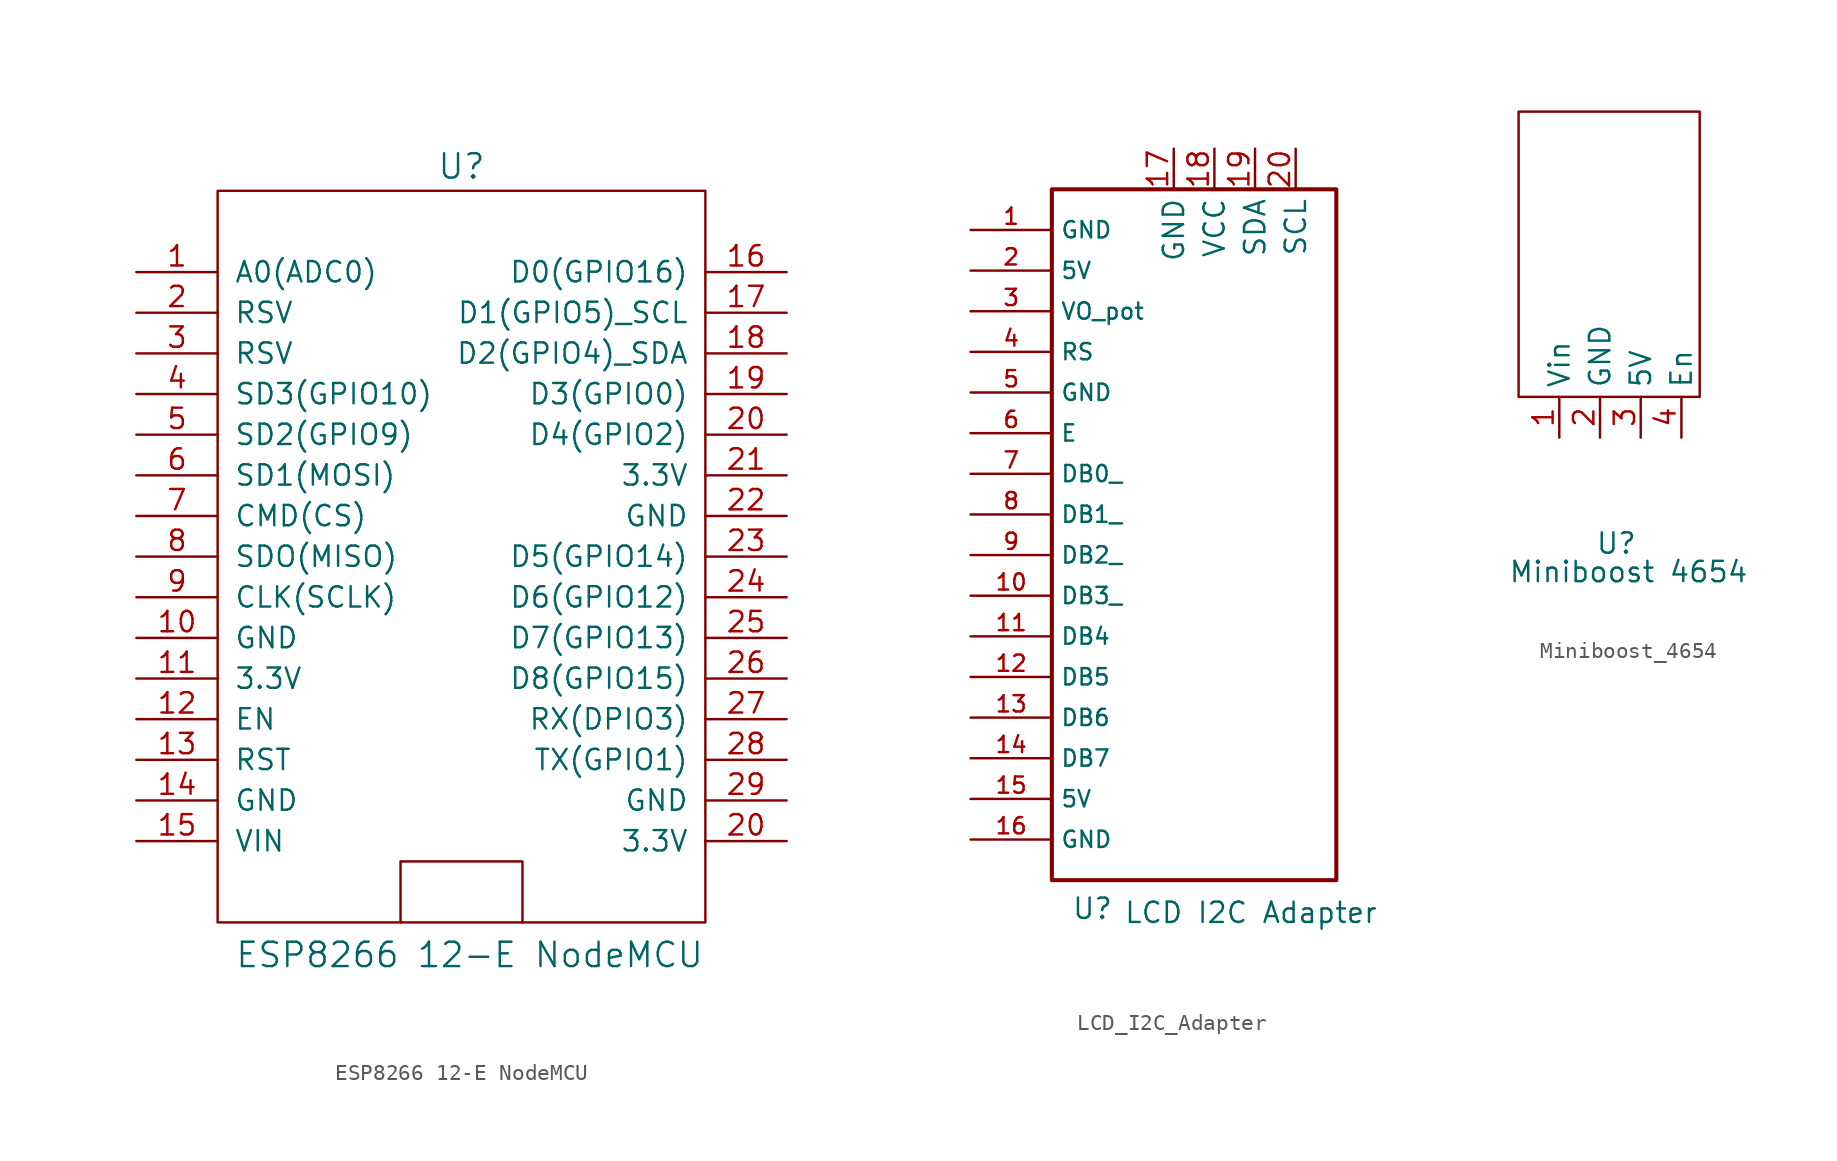
<source format=kicad_sym>
(kicad_symbol_lib
  (version 20241209)
  (generator "kicad_symbol_editor")
  (generator_version "9.0")
  (symbol "ESP8266 12-E NodeMCU"
    (pin_names
      (offset 1.016))
    (property "Reference" "U"
      (at 0 24.384 0)
      (effects (font (size 1.524 1.524))))
    (property "Value" "ESP8266 12-E NodeMCU"
      (at 0.508 -24.892 0)
      (effects (font (size 1.524 1.524))))
    (symbol "ESP8266 12-E NodeMCU_0_1"
      (rectangle (start -15.24 22.86) (end 15.24 -22.86) (stroke (width 0) (type solid)) (fill (type none)))
      (polyline (pts (xy -3.81 -22.86) (xy -3.81 -19.05) (xy 3.81 -19.05) (xy 3.81 -22.86)) (stroke (width 0) (type default)) (fill (type none))))
    (symbol "ESP8266 12-E NodeMCU_1_1"
      (pin input line (at -20.32 17.78 0) (length 5.08) (name "A0(ADC0)" (effects (font (size 1.27 1.27)))) (number "1" (effects (font (size 1.27 1.27)))))
      (pin input line (at -20.32 15.24 0) (length 5.08) (name "RSV" (effects (font (size 1.27 1.27)))) (number "2" (effects (font (size 1.27 1.27)))))
      (pin input line (at -20.32 12.7 0) (length 5.08) (name "RSV" (effects (font (size 1.27 1.27)))) (number "3" (effects (font (size 1.27 1.27)))))
      (pin bidirectional line (at -20.32 10.16 0) (length 5.08) (name "SD3(GPIO10)" (effects (font (size 1.27 1.27)))) (number "4" (effects (font (size 1.27 1.27)))))
      (pin bidirectional line (at -20.32 7.62 0) (length 5.08) (name "SD2(GPIO9)" (effects (font (size 1.27 1.27)))) (number "5" (effects (font (size 1.27 1.27)))))
      (pin bidirectional line (at -20.32 5.08 0) (length 5.08) (name "SD1(MOSI)" (effects (font (size 1.27 1.27)))) (number "6" (effects (font (size 1.27 1.27)))))
      (pin bidirectional line (at -20.32 2.54 0) (length 5.08) (name "CMD(CS)" (effects (font (size 1.27 1.27)))) (number "7" (effects (font (size 1.27 1.27)))))
      (pin bidirectional line (at -20.32 0 0) (length 5.08) (name "SDO(MISO)" (effects (font (size 1.27 1.27)))) (number "8" (effects (font (size 1.27 1.27)))))
      (pin bidirectional line (at -20.32 -2.54 0) (length 5.08) (name "CLK(SCLK)" (effects (font (size 1.27 1.27)))) (number "9" (effects (font (size 1.27 1.27)))))
      (pin input line (at -20.32 -5.08 0) (length 5.08) (name "GND" (effects (font (size 1.27 1.27)))) (number "10" (effects (font (size 1.27 1.27)))))
      (pin power_out line (at -20.32 -7.62 0) (length 5.08) (name "3.3V" (effects (font (size 1.27 1.27)))) (number "11" (effects (font (size 1.27 1.27)))))
      (pin input line (at -20.32 -10.16 0) (length 5.08) (name "EN" (effects (font (size 1.27 1.27)))) (number "12" (effects (font (size 1.27 1.27)))))
      (pin input line (at -20.32 -12.7 0) (length 5.08) (name "RST" (effects (font (size 1.27 1.27)))) (number "13" (effects (font (size 1.27 1.27)))))
      (pin power_in line (at -20.32 -15.24 0) (length 5.08) (name "GND" (effects (font (size 1.27 1.27)))) (number "14" (effects (font (size 1.27 1.27)))))
      (pin power_in line (at -20.32 -17.78 0) (length 5.08) (name "VIN" (effects (font (size 1.27 1.27)))) (number "15" (effects (font (size 1.27 1.27)))))
      (pin bidirectional line (at 20.32 17.78 180) (length 5.08) (name "D0(GPIO16)" (effects (font (size 1.27 1.27)))) (number "16" (effects (font (size 1.27 1.27)))))
      (pin bidirectional line (at 20.32 15.24 180) (length 5.08) (name "D1(GPIO5)_SCL" (effects (font (size 1.27 1.27)))) (number "17" (effects (font (size 1.27 1.27)))))
      (pin bidirectional line (at 20.32 12.7 180) (length 5.08) (name "D2(GPIO4)_SDA" (effects (font (size 1.27 1.27)))) (number "18" (effects (font (size 1.27 1.27)))))
      (pin bidirectional line (at 20.32 10.16 180) (length 5.08) (name "D3(GPIO0)" (effects (font (size 1.27 1.27)))) (number "19" (effects (font (size 1.27 1.27)))))
      (pin bidirectional line (at 20.32 7.62 180) (length 5.08) (name "D4(GPIO2)" (effects (font (size 1.27 1.27)))) (number "20" (effects (font (size 1.27 1.27)))))
      (pin power_out line (at 20.32 5.08 180) (length 5.08) (name "3.3V" (effects (font (size 1.27 1.27)))) (number "21" (effects (font (size 1.27 1.27)))))
      (pin power_in line (at 20.32 2.54 180) (length 5.08) (name "GND" (effects (font (size 1.27 1.27)))) (number "22" (effects (font (size 1.27 1.27)))))
      (pin bidirectional line (at 20.32 0 180) (length 5.08) (name "D5(GPIO14)" (effects (font (size 1.27 1.27)))) (number "23" (effects (font (size 1.27 1.27)))))
      (pin bidirectional line (at 20.32 -2.54 180) (length 5.08) (name "D6(GPIO12)" (effects (font (size 1.27 1.27)))) (number "24" (effects (font (size 1.27 1.27)))))
      (pin bidirectional line (at 20.32 -5.08 180) (length 5.08) (name "D7(GPIO13)" (effects (font (size 1.27 1.27)))) (number "25" (effects (font (size 1.27 1.27)))))
      (pin bidirectional line (at 20.32 -7.62 180) (length 5.08) (name "D8(GPIO15)" (effects (font (size 1.27 1.27)))) (number "26" (effects (font (size 1.27 1.27)))))
      (pin bidirectional line (at 20.32 -10.16 180) (length 5.08) (name "RX(DPIO3)" (effects (font (size 1.27 1.27)))) (number "27" (effects (font (size 1.27 1.27)))))
      (pin bidirectional line (at 20.32 -12.7 180) (length 5.08) (name "TX(GPIO1)" (effects (font (size 1.27 1.27)))) (number "28" (effects (font (size 1.27 1.27)))))
      (pin power_in line (at 20.32 -15.24 180) (length 5.08) (name "GND" (effects (font (size 1.27 1.27)))) (number "29" (effects (font (size 1.27 1.27)))))
      (pin power_out line (at 20.32 -17.78 180) (length 5.08) (name "3.3V" (effects (font (size 1.27 1.27)))) (number "20" (effects (font (size 1.27 1.27)))))))
  (symbol "LCD_I2C_Adapter"
    (property "Reference" "U"
      (at -5.08 -1.778 0)
      (effects (font (size 1.27 1.27))))
    (property "Value" "LCD I2C Adapter"
      (at 4.826 -2.032 0)
      (effects (font (size 1.27 1.27))))
    (symbol "LCD_I2C_Adapter_0_0"
      (pin input line (at -12.7 33.02 0) (length 5.08) (name "RS" (effects (font (size 1.016 1.016)))) (number "4" (effects (font (size 1.016 1.016)))))
      (pin input line (at -12.7 27.94 0) (length 5.08) (name "E" (effects (font (size 1.016 1.016)))) (number "6" (effects (font (size 1.016 1.016)))))
      (pin bidirectional line (at -12.7 15.24 0) (length 5.08) (name "DB4" (effects (font (size 1.016 1.016)))) (number "11" (effects (font (size 1.016 1.016)))))
      (pin bidirectional line (at -12.7 12.7 0) (length 5.08) (name "DB5" (effects (font (size 1.016 1.016)))) (number "12" (effects (font (size 1.016 1.016)))))
      (pin bidirectional line (at -12.7 10.16 0) (length 5.08) (name "DB6" (effects (font (size 1.016 1.016)))) (number "13" (effects (font (size 1.016 1.016)))))
      (pin bidirectional line (at -12.7 7.62 0) (length 5.08) (name "DB7" (effects (font (size 1.016 1.016)))) (number "14" (effects (font (size 1.016 1.016))))))
    (symbol "LCD_I2C_Adapter_1_0"
      (rectangle (start -7.62 43.18) (end 10.16 0) (stroke (width 0.254) (type solid)) (fill (type none)))
      (pin power_in line (at -12.7 40.64 0) (length 5.08) (name "GND" (effects (font (size 1.016 1.016)))) (number "1" (effects (font (size 1.016 1.016)))))
      (pin power_in line (at -12.7 38.1 0) (length 5.08) (name "5V" (effects (font (size 1.016 1.016)))) (number "2" (effects (font (size 1.016 1.016)))))
      (pin bidirectional line (at -12.7 35.56 0) (length 5.08) (name "VO_pot" (effects (font (size 1.016 1.016)))) (number "3" (effects (font (size 1.016 1.016)))))
      (pin input line (at -12.7 30.48 0) (length 5.08) (name "GND" (effects (font (size 1.016 1.016)))) (number "5" (effects (font (size 1.016 1.016)))))
      (pin bidirectional line (at -12.7 25.4 0) (length 5.08) (name "DB0_" (effects (font (size 1.016 1.016)))) (number "7" (effects (font (size 1.016 1.016)))))
      (pin bidirectional line (at -12.7 22.86 0) (length 5.08) (name "DB1_" (effects (font (size 1.016 1.016)))) (number "8" (effects (font (size 1.016 1.016)))))
      (pin bidirectional line (at -12.7 20.32 0) (length 5.08) (name "DB2_" (effects (font (size 1.016 1.016)))) (number "9" (effects (font (size 1.016 1.016)))))
      (pin bidirectional line (at -12.7 17.78 0) (length 5.08) (name "DB3_" (effects (font (size 1.016 1.016)))) (number "10" (effects (font (size 1.016 1.016)))))
      (pin power_in line (at -12.7 5.08 0) (length 5.08) (name "5V" (effects (font (size 1.016 1.016)))) (number "15" (effects (font (size 1.016 1.016)))))
      (pin power_in line (at -12.7 2.54 0) (length 5.08) (name "GND" (effects (font (size 1.016 1.016)))) (number "16" (effects (font (size 1.016 1.016))))))
    (symbol "LCD_I2C_Adapter_1_1"
      (pin input line (at 0 45.72 270) (length 2.54) (name "GND" (effects (font (size 1.27 1.27)))) (number "17" (effects (font (size 1.27 1.27)))))
      (pin input line (at 2.54 45.72 270) (length 2.54) (name "VCC" (effects (font (size 1.27 1.27)))) (number "18" (effects (font (size 1.27 1.27)))))
      (pin input line (at 5.08 45.72 270) (length 2.54) (name "SDA" (effects (font (size 1.27 1.27)))) (number "19" (effects (font (size 1.27 1.27)))))
      (pin input line (at 7.62 45.72 270) (length 2.54) (name "SCL" (effects (font (size 1.27 1.27)))) (number "20" (effects (font (size 1.27 1.27)))))))
  (symbol "Miniboost_4654"
    (property "Reference" "U"
      (at 6.096 -9.144 0)
      (effects (font (size 1.27 1.27))))
    (property "Value" "Miniboost 4654"
      (at 6.858 -10.922 0)
      (effects (font (size 1.27 1.27))))
    (symbol "Miniboost_4654_1_1"
      (rectangle (start 0 17.8) (end 11.3 0) (stroke (width 0) (type solid)) (fill (type none)))
      (pin input line (at 2.54 -2.54 90) (length 2.54) (name "Vin" (effects (font (size 1.27 1.27)))) (number "1" (effects (font (size 1.27 1.27)))))
      (pin input line (at 5.08 -2.54 90) (length 2.54) (name "GND" (effects (font (size 1.27 1.27)))) (number "2" (effects (font (size 1.27 1.27)))))
      (pin output line (at 7.62 -2.54 90) (length 2.54) (name "5V" (effects (font (size 1.27 1.27)))) (number "3" (effects (font (size 1.27 1.27)))))
      (pin input line (at 10.16 -2.54 90) (length 2.54) (name "En" (effects (font (size 1.27 1.27)))) (number "4" (effects (font (size 1.27 1.27))))))))
</source>
